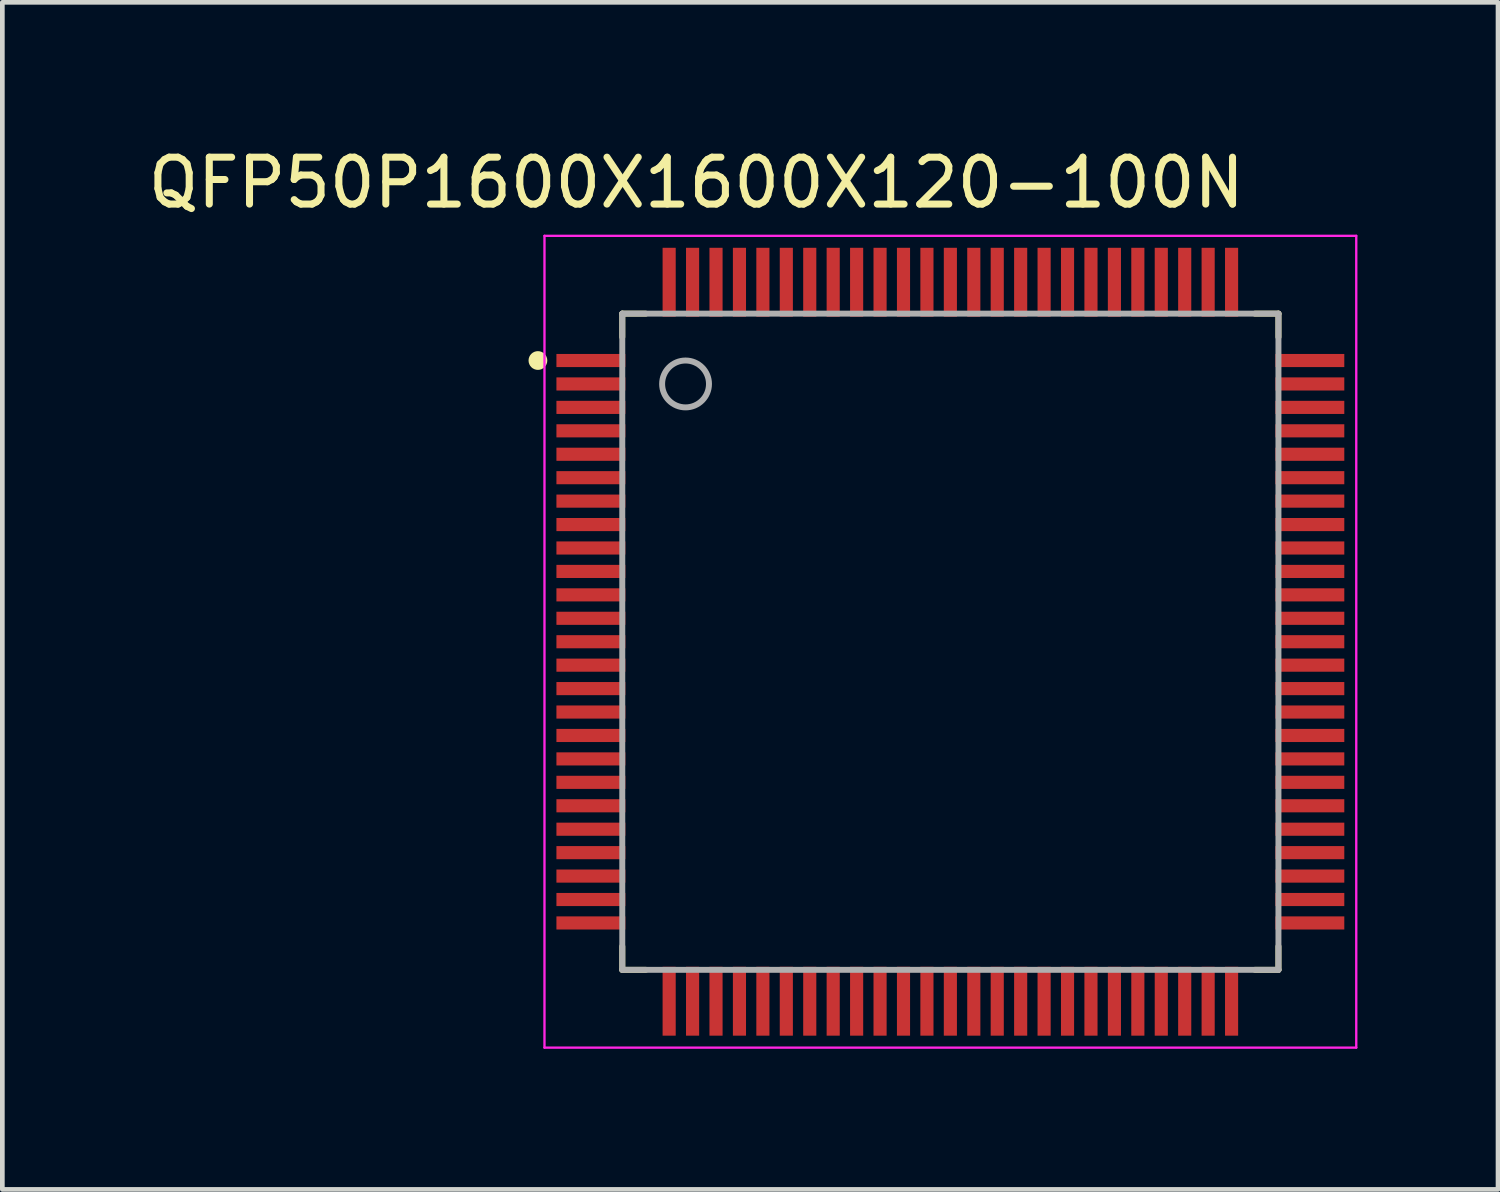
<source format=kicad_pcb>
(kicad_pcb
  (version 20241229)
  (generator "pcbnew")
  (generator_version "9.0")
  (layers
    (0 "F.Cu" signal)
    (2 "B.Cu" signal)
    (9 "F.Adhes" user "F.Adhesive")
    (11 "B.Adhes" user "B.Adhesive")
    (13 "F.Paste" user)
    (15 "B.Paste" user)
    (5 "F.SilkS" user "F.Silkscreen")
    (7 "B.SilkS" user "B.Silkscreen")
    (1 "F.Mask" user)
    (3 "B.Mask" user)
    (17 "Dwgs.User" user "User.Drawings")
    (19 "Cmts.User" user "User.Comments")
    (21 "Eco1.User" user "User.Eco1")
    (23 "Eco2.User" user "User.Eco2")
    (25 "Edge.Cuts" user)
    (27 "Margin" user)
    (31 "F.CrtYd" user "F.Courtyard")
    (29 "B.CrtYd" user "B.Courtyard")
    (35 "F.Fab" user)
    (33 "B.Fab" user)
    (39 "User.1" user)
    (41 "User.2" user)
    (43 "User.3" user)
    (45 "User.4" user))
  (footprint "QFP50P1600X1600X120-100N"
    (layer "F.Cu")
    (at 17.227 10.642)
    (property "Reference" "QFP50P1600X1600X120-100N" (at -5.42 -9.793 0) (layer "F.SilkS") (effects (font (size 1.001 1.001) (thickness 0.15))))
    (attr through_hole)
    (fp_line (start -7 -7) (end -6.5 -7) (stroke (width 0.127) (type solid)) (layer "F.SilkS"))
    (fp_line (start -7 -6.5) (end -7 -7) (stroke (width 0.127) (type solid)) (layer "F.SilkS"))
    (fp_line (start -7 7) (end -7 6.5) (stroke (width 0.127) (type solid)) (layer "F.SilkS"))
    (fp_line (start -6.5 7) (end -7 7) (stroke (width 0.127) (type solid)) (layer "F.SilkS"))
    (fp_line (start 6.5 -7) (end 7 -7) (stroke (width 0.127) (type solid)) (layer "F.SilkS"))
    (fp_line (start 7 -7) (end 7 -6.5) (stroke (width 0.127) (type solid)) (layer "F.SilkS"))
    (fp_line (start 7 6.5) (end 7 7) (stroke (width 0.127) (type solid)) (layer "F.SilkS"))
    (fp_line (start 7 7) (end 6.5 7) (stroke (width 0.127) (type solid)) (layer "F.SilkS"))
    (fp_circle (center -8.8 -6) (end -8.7 -6) (stroke (width 0.2) (type solid)) (fill no) (layer "F.SilkS"))
    (fp_line (start -8.66 -8.66) (end 8.66 -8.66) (stroke (width 0.05) (type solid)) (layer "F.CrtYd"))
    (fp_line (start -8.66 8.66) (end -8.66 -8.66) (stroke (width 0.05) (type solid)) (layer "F.CrtYd"))
    (fp_line (start 8.66 -8.66) (end 8.66 8.66) (stroke (width 0.05) (type solid)) (layer "F.CrtYd"))
    (fp_line (start 8.66 8.66) (end -8.66 8.66) (stroke (width 0.05) (type solid)) (layer "F.CrtYd"))
    (fp_line (start -7 -7) (end 7 -7) (stroke (width 0.127) (type solid)) (layer "F.Fab"))
    (fp_line (start -7 7) (end -7 -7) (stroke (width 0.127) (type solid)) (layer "F.Fab"))
    (fp_line (start 7 -7) (end 7 7) (stroke (width 0.127) (type solid)) (layer "F.Fab"))
    (fp_line (start 7 7) (end -7 7) (stroke (width 0.127) (type solid)) (layer "F.Fab"))
    (fp_circle (center -5.65 -5.5) (end -5.15 -5.5) (stroke (width 0.127) (type solid)) (fill no) (layer "F.Fab"))
    (pad "1" smd rect (at -7.67 -6 270) (size 0.28 1.47) (layers "F.Cu" "F.Mask" "F.Paste"))
    (pad "2" smd rect (at -7.67 -5.5 270) (size 0.28 1.47) (layers "F.Cu" "F.Mask" "F.Paste"))
    (pad "3" smd rect (at -7.67 -5 270) (size 0.28 1.47) (layers "F.Cu" "F.Mask" "F.Paste"))
    (pad "4" smd rect (at -7.67 -4.5 270) (size 0.28 1.47) (layers "F.Cu" "F.Mask" "F.Paste"))
    (pad "5" smd rect (at -7.67 -4 270) (size 0.28 1.47) (layers "F.Cu" "F.Mask" "F.Paste"))
    (pad "6" smd rect (at -7.67 -3.5 270) (size 0.28 1.47) (layers "F.Cu" "F.Mask" "F.Paste"))
    (pad "7" smd rect (at -7.67 -3 270) (size 0.28 1.47) (layers "F.Cu" "F.Mask" "F.Paste"))
    (pad "8" smd rect (at -7.67 -2.5 270) (size 0.28 1.47) (layers "F.Cu" "F.Mask" "F.Paste"))
    (pad "9" smd rect (at -7.67 -2 270) (size 0.28 1.47) (layers "F.Cu" "F.Mask" "F.Paste"))
    (pad "10" smd rect (at -7.67 -1.5 270) (size 0.28 1.47) (layers "F.Cu" "F.Mask" "F.Paste"))
    (pad "11" smd rect (at -7.67 -1 270) (size 0.28 1.47) (layers "F.Cu" "F.Mask" "F.Paste"))
    (pad "12" smd rect (at -7.67 -0.5 270) (size 0.28 1.47) (layers "F.Cu" "F.Mask" "F.Paste"))
    (pad "13" smd rect (at -7.67 0 270) (size 0.28 1.47) (layers "F.Cu" "F.Mask" "F.Paste"))
    (pad "14" smd rect (at -7.67 0.5 270) (size 0.28 1.47) (layers "F.Cu" "F.Mask" "F.Paste"))
    (pad "15" smd rect (at -7.67 1 270) (size 0.28 1.47) (layers "F.Cu" "F.Mask" "F.Paste"))
    (pad "16" smd rect (at -7.67 1.5 270) (size 0.28 1.47) (layers "F.Cu" "F.Mask" "F.Paste"))
    (pad "17" smd rect (at -7.67 2 270) (size 0.28 1.47) (layers "F.Cu" "F.Mask" "F.Paste"))
    (pad "18" smd rect (at -7.67 2.5 270) (size 0.28 1.47) (layers "F.Cu" "F.Mask" "F.Paste"))
    (pad "19" smd rect (at -7.67 3 270) (size 0.28 1.47) (layers "F.Cu" "F.Mask" "F.Paste"))
    (pad "20" smd rect (at -7.67 3.5 270) (size 0.28 1.47) (layers "F.Cu" "F.Mask" "F.Paste"))
    (pad "21" smd rect (at -7.67 4 270) (size 0.28 1.47) (layers "F.Cu" "F.Mask" "F.Paste"))
    (pad "22" smd rect (at -7.67 4.5 270) (size 0.28 1.47) (layers "F.Cu" "F.Mask" "F.Paste"))
    (pad "23" smd rect (at -7.67 5 270) (size 0.28 1.47) (layers "F.Cu" "F.Mask" "F.Paste"))
    (pad "24" smd rect (at -7.67 5.5 270) (size 0.28 1.47) (layers "F.Cu" "F.Mask" "F.Paste"))
    (pad "25" smd rect (at -7.67 6 270) (size 0.28 1.47) (layers "F.Cu" "F.Mask" "F.Paste"))
    (pad "26" smd rect (at -6 7.67) (size 0.28 1.47) (layers "F.Cu" "F.Mask" "F.Paste"))
    (pad "27" smd rect (at -5.5 7.67) (size 0.28 1.47) (layers "F.Cu" "F.Mask" "F.Paste"))
    (pad "28" smd rect (at -5 7.67) (size 0.28 1.47) (layers "F.Cu" "F.Mask" "F.Paste"))
    (pad "29" smd rect (at -4.5 7.67) (size 0.28 1.47) (layers "F.Cu" "F.Mask" "F.Paste"))
    (pad "30" smd rect (at -4 7.67) (size 0.28 1.47) (layers "F.Cu" "F.Mask" "F.Paste"))
    (pad "31" smd rect (at -3.5 7.67) (size 0.28 1.47) (layers "F.Cu" "F.Mask" "F.Paste"))
    (pad "32" smd rect (at -3 7.67) (size 0.28 1.47) (layers "F.Cu" "F.Mask" "F.Paste"))
    (pad "33" smd rect (at -2.5 7.67) (size 0.28 1.47) (layers "F.Cu" "F.Mask" "F.Paste"))
    (pad "34" smd rect (at -2 7.67) (size 0.28 1.47) (layers "F.Cu" "F.Mask" "F.Paste"))
    (pad "35" smd rect (at -1.5 7.67) (size 0.28 1.47) (layers "F.Cu" "F.Mask" "F.Paste"))
    (pad "36" smd rect (at -1 7.67) (size 0.28 1.47) (layers "F.Cu" "F.Mask" "F.Paste"))
    (pad "37" smd rect (at -0.5 7.67) (size 0.28 1.47) (layers "F.Cu" "F.Mask" "F.Paste"))
    (pad "38" smd rect (at 0 7.67) (size 0.28 1.47) (layers "F.Cu" "F.Mask" "F.Paste"))
    (pad "39" smd rect (at 0.5 7.67) (size 0.28 1.47) (layers "F.Cu" "F.Mask" "F.Paste"))
    (pad "40" smd rect (at 1 7.67) (size 0.28 1.47) (layers "F.Cu" "F.Mask" "F.Paste"))
    (pad "41" smd rect (at 1.5 7.67) (size 0.28 1.47) (layers "F.Cu" "F.Mask" "F.Paste"))
    (pad "42" smd rect (at 2 7.67) (size 0.28 1.47) (layers "F.Cu" "F.Mask" "F.Paste"))
    (pad "43" smd rect (at 2.5 7.67) (size 0.28 1.47) (layers "F.Cu" "F.Mask" "F.Paste"))
    (pad "44" smd rect (at 3 7.67) (size 0.28 1.47) (layers "F.Cu" "F.Mask" "F.Paste"))
    (pad "45" smd rect (at 3.5 7.67) (size 0.28 1.47) (layers "F.Cu" "F.Mask" "F.Paste"))
    (pad "46" smd rect (at 4 7.67) (size 0.28 1.47) (layers "F.Cu" "F.Mask" "F.Paste"))
    (pad "47" smd rect (at 4.5 7.67) (size 0.28 1.47) (layers "F.Cu" "F.Mask" "F.Paste"))
    (pad "48" smd rect (at 5 7.67) (size 0.28 1.47) (layers "F.Cu" "F.Mask" "F.Paste"))
    (pad "49" smd rect (at 5.5 7.67) (size 0.28 1.47) (layers "F.Cu" "F.Mask" "F.Paste"))
    (pad "50" smd rect (at 6 7.67) (size 0.28 1.47) (layers "F.Cu" "F.Mask" "F.Paste"))
    (pad "51" smd rect (at 7.67 6 90) (size 0.28 1.47) (layers "F.Cu" "F.Mask" "F.Paste"))
    (pad "52" smd rect (at 7.67 5.5 90) (size 0.28 1.47) (layers "F.Cu" "F.Mask" "F.Paste"))
    (pad "53" smd rect (at 7.67 5 90) (size 0.28 1.47) (layers "F.Cu" "F.Mask" "F.Paste"))
    (pad "54" smd rect (at 7.67 4.5 90) (size 0.28 1.47) (layers "F.Cu" "F.Mask" "F.Paste"))
    (pad "55" smd rect (at 7.67 4 90) (size 0.28 1.47) (layers "F.Cu" "F.Mask" "F.Paste"))
    (pad "56" smd rect (at 7.67 3.5 90) (size 0.28 1.47) (layers "F.Cu" "F.Mask" "F.Paste"))
    (pad "57" smd rect (at 7.67 3 90) (size 0.28 1.47) (layers "F.Cu" "F.Mask" "F.Paste"))
    (pad "58" smd rect (at 7.67 2.5 90) (size 0.28 1.47) (layers "F.Cu" "F.Mask" "F.Paste"))
    (pad "59" smd rect (at 7.67 2 90) (size 0.28 1.47) (layers "F.Cu" "F.Mask" "F.Paste"))
    (pad "60" smd rect (at 7.67 1.5 90) (size 0.28 1.47) (layers "F.Cu" "F.Mask" "F.Paste"))
    (pad "61" smd rect (at 7.67 1 90) (size 0.28 1.47) (layers "F.Cu" "F.Mask" "F.Paste"))
    (pad "62" smd rect (at 7.67 0.5 90) (size 0.28 1.47) (layers "F.Cu" "F.Mask" "F.Paste"))
    (pad "63" smd rect (at 7.67 0 90) (size 0.28 1.47) (layers "F.Cu" "F.Mask" "F.Paste"))
    (pad "64" smd rect (at 7.67 -0.5 90) (size 0.28 1.47) (layers "F.Cu" "F.Mask" "F.Paste"))
    (pad "65" smd rect (at 7.67 -1 90) (size 0.28 1.47) (layers "F.Cu" "F.Mask" "F.Paste"))
    (pad "66" smd rect (at 7.67 -1.5 90) (size 0.28 1.47) (layers "F.Cu" "F.Mask" "F.Paste"))
    (pad "67" smd rect (at 7.67 -2 90) (size 0.28 1.47) (layers "F.Cu" "F.Mask" "F.Paste"))
    (pad "68" smd rect (at 7.67 -2.5 90) (size 0.28 1.47) (layers "F.Cu" "F.Mask" "F.Paste"))
    (pad "69" smd rect (at 7.67 -3 90) (size 0.28 1.47) (layers "F.Cu" "F.Mask" "F.Paste"))
    (pad "70" smd rect (at 7.67 -3.5 90) (size 0.28 1.47) (layers "F.Cu" "F.Mask" "F.Paste"))
    (pad "71" smd rect (at 7.67 -4 90) (size 0.28 1.47) (layers "F.Cu" "F.Mask" "F.Paste"))
    (pad "72" smd rect (at 7.67 -4.5 90) (size 0.28 1.47) (layers "F.Cu" "F.Mask" "F.Paste"))
    (pad "73" smd rect (at 7.67 -5 90) (size 0.28 1.47) (layers "F.Cu" "F.Mask" "F.Paste"))
    (pad "74" smd rect (at 7.67 -5.5 90) (size 0.28 1.47) (layers "F.Cu" "F.Mask" "F.Paste"))
    (pad "75" smd rect (at 7.67 -6 90) (size 0.28 1.47) (layers "F.Cu" "F.Mask" "F.Paste"))
    (pad "76" smd rect (at 6 -7.67 180) (size 0.28 1.47) (layers "F.Cu" "F.Mask" "F.Paste"))
    (pad "77" smd rect (at 5.5 -7.67 180) (size 0.28 1.47) (layers "F.Cu" "F.Mask" "F.Paste"))
    (pad "78" smd rect (at 5 -7.67 180) (size 0.28 1.47) (layers "F.Cu" "F.Mask" "F.Paste"))
    (pad "79" smd rect (at 4.5 -7.67 180) (size 0.28 1.47) (layers "F.Cu" "F.Mask" "F.Paste"))
    (pad "80" smd rect (at 4 -7.67 180) (size 0.28 1.47) (layers "F.Cu" "F.Mask" "F.Paste"))
    (pad "81" smd rect (at 3.5 -7.67 180) (size 0.28 1.47) (layers "F.Cu" "F.Mask" "F.Paste"))
    (pad "82" smd rect (at 3 -7.67 180) (size 0.28 1.47) (layers "F.Cu" "F.Mask" "F.Paste"))
    (pad "83" smd rect (at 2.5 -7.67 180) (size 0.28 1.47) (layers "F.Cu" "F.Mask" "F.Paste"))
    (pad "84" smd rect (at 2 -7.67 180) (size 0.28 1.47) (layers "F.Cu" "F.Mask" "F.Paste"))
    (pad "85" smd rect (at 1.5 -7.67 180) (size 0.28 1.47) (layers "F.Cu" "F.Mask" "F.Paste"))
    (pad "86" smd rect (at 1 -7.67 180) (size 0.28 1.47) (layers "F.Cu" "F.Mask" "F.Paste"))
    (pad "87" smd rect (at 0.5 -7.67 180) (size 0.28 1.47) (layers "F.Cu" "F.Mask" "F.Paste"))
    (pad "88" smd rect (at 0 -7.67 180) (size 0.28 1.47) (layers "F.Cu" "F.Mask" "F.Paste"))
    (pad "89" smd rect (at -0.5 -7.67 180) (size 0.28 1.47) (layers "F.Cu" "F.Mask" "F.Paste"))
    (pad "90" smd rect (at -1 -7.67 180) (size 0.28 1.47) (layers "F.Cu" "F.Mask" "F.Paste"))
    (pad "91" smd rect (at -1.5 -7.67 180) (size 0.28 1.47) (layers "F.Cu" "F.Mask" "F.Paste"))
    (pad "92" smd rect (at -2 -7.67 180) (size 0.28 1.47) (layers "F.Cu" "F.Mask" "F.Paste"))
    (pad "93" smd rect (at -2.5 -7.67 180) (size 0.28 1.47) (layers "F.Cu" "F.Mask" "F.Paste"))
    (pad "94" smd rect (at -3 -7.67 180) (size 0.28 1.47) (layers "F.Cu" "F.Mask" "F.Paste"))
    (pad "95" smd rect (at -3.5 -7.67 180) (size 0.28 1.47) (layers "F.Cu" "F.Mask" "F.Paste"))
    (pad "96" smd rect (at -4 -7.67 180) (size 0.28 1.47) (layers "F.Cu" "F.Mask" "F.Paste"))
    (pad "97" smd rect (at -4.5 -7.67 180) (size 0.28 1.47) (layers "F.Cu" "F.Mask" "F.Paste"))
    (pad "98" smd rect (at -5 -7.67 180) (size 0.28 1.47) (layers "F.Cu" "F.Mask" "F.Paste"))
    (pad "99" smd rect (at -5.5 -7.67 180) (size 0.28 1.47) (layers "F.Cu" "F.Mask" "F.Paste"))
    (pad "100" smd rect (at -6 -7.67 180) (size 0.28 1.47) (layers "F.Cu" "F.Mask" "F.Paste")))
  (gr_rect
    (start -3 -3)
    (end 28.912 22.327)
    (stroke (width 0.1) (type default))
    (fill no)
    (layer "Edge.Cuts")))
</source>
